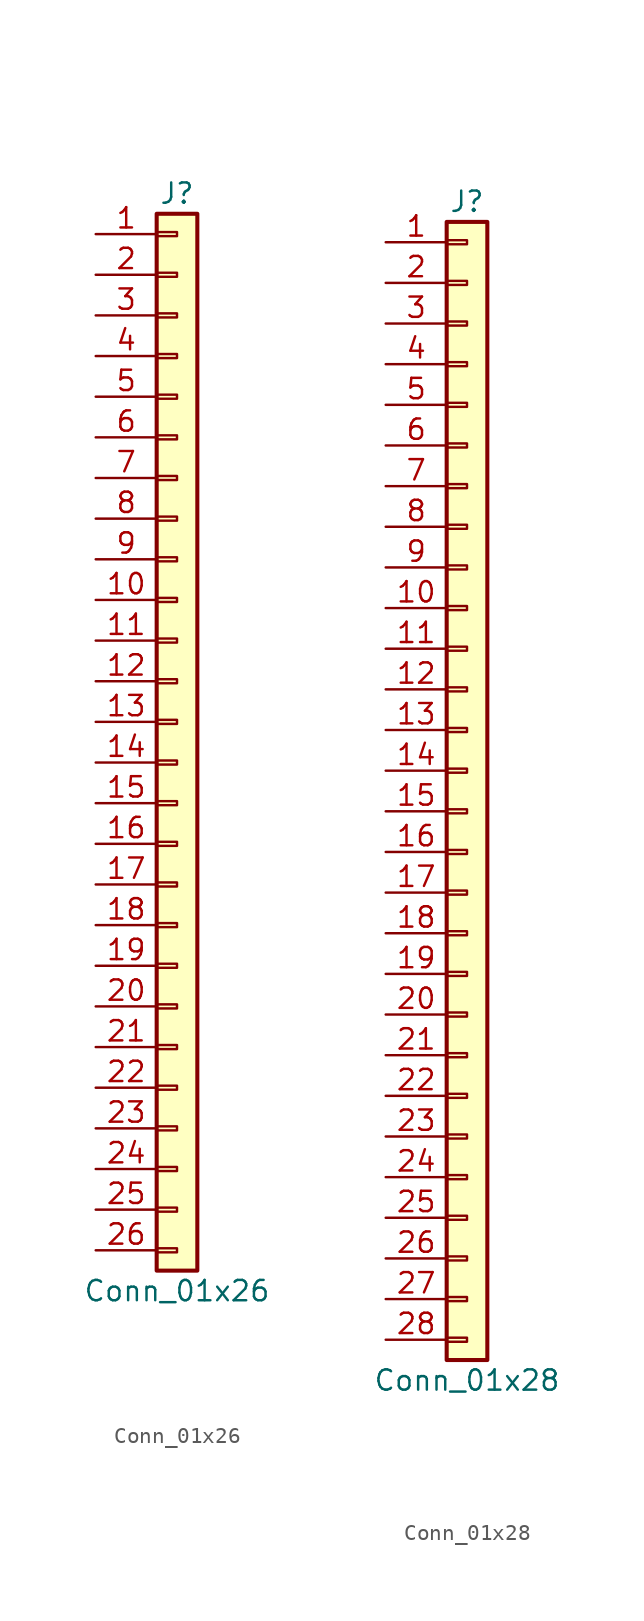
<source format=kicad_sym>
(kicad_symbol_lib
  (version 20220914)
  (generator kicad_symbol_editor)
  (symbol "Conn_01x26"
    (pin_names
      (offset 1.016) hide)
    (property "Reference" "J"
      (at 0 33.02 0)
      (effects (font (size 1.27 1.27))))
    (property "Value" "Conn_01x26"
      (at 0 -35.56 0)
      (effects (font (size 1.27 1.27))))
    (symbol "Conn_01x26_1_1"
      (rectangle (start -1.27 -32.893) (end 0 -33.147) (stroke (width 0.152) (type default)) (fill (type none)))
      (rectangle (start -1.27 -30.353) (end 0 -30.607) (stroke (width 0.152) (type default)) (fill (type none)))
      (rectangle (start -1.27 -27.813) (end 0 -28.067) (stroke (width 0.152) (type default)) (fill (type none)))
      (rectangle (start -1.27 -25.273) (end 0 -25.527) (stroke (width 0.152) (type default)) (fill (type none)))
      (rectangle (start -1.27 -22.733) (end 0 -22.987) (stroke (width 0.152) (type default)) (fill (type none)))
      (rectangle (start -1.27 -20.193) (end 0 -20.447) (stroke (width 0.152) (type default)) (fill (type none)))
      (rectangle (start -1.27 -17.653) (end 0 -17.907) (stroke (width 0.152) (type default)) (fill (type none)))
      (rectangle (start -1.27 -15.113) (end 0 -15.367) (stroke (width 0.152) (type default)) (fill (type none)))
      (rectangle (start -1.27 -12.573) (end 0 -12.827) (stroke (width 0.152) (type default)) (fill (type none)))
      (rectangle (start -1.27 -10.033) (end 0 -10.287) (stroke (width 0.152) (type default)) (fill (type none)))
      (rectangle (start -1.27 -7.493) (end 0 -7.747) (stroke (width 0.152) (type default)) (fill (type none)))
      (rectangle (start -1.27 -4.953) (end 0 -5.207) (stroke (width 0.152) (type default)) (fill (type none)))
      (rectangle (start -1.27 -2.413) (end 0 -2.667) (stroke (width 0.152) (type default)) (fill (type none)))
      (rectangle (start -1.27 0.127) (end 0 -0.127) (stroke (width 0.152) (type default)) (fill (type none)))
      (rectangle (start -1.27 2.667) (end 0 2.413) (stroke (width 0.152) (type default)) (fill (type none)))
      (rectangle (start -1.27 5.207) (end 0 4.953) (stroke (width 0.152) (type default)) (fill (type none)))
      (rectangle (start -1.27 7.747) (end 0 7.493) (stroke (width 0.152) (type default)) (fill (type none)))
      (rectangle (start -1.27 10.287) (end 0 10.033) (stroke (width 0.152) (type default)) (fill (type none)))
      (rectangle (start -1.27 12.827) (end 0 12.573) (stroke (width 0.152) (type default)) (fill (type none)))
      (rectangle (start -1.27 15.367) (end 0 15.113) (stroke (width 0.152) (type default)) (fill (type none)))
      (rectangle (start -1.27 17.907) (end 0 17.653) (stroke (width 0.152) (type default)) (fill (type none)))
      (rectangle (start -1.27 20.447) (end 0 20.193) (stroke (width 0.152) (type default)) (fill (type none)))
      (rectangle (start -1.27 22.987) (end 0 22.733) (stroke (width 0.152) (type default)) (fill (type none)))
      (rectangle (start -1.27 25.527) (end 0 25.273) (stroke (width 0.152) (type default)) (fill (type none)))
      (rectangle (start -1.27 28.067) (end 0 27.813) (stroke (width 0.152) (type default)) (fill (type none)))
      (rectangle (start -1.27 30.607) (end 0 30.353) (stroke (width 0.152) (type default)) (fill (type none)))
      (rectangle (start -1.27 31.75) (end 1.27 -34.29) (stroke (width 0.254) (type default)) (fill (type background)))
      (pin passive line (at -5.08 30.48 0) (length 3.81) (name "Pin_1" (effects (font (size 1.27 1.27)))) (number "1" (effects (font (size 1.27 1.27)))))
      (pin passive line (at -5.08 7.62 0) (length 3.81) (name "Pin_10" (effects (font (size 1.27 1.27)))) (number "10" (effects (font (size 1.27 1.27)))))
      (pin passive line (at -5.08 5.08 0) (length 3.81) (name "Pin_11" (effects (font (size 1.27 1.27)))) (number "11" (effects (font (size 1.27 1.27)))))
      (pin passive line (at -5.08 2.54 0) (length 3.81) (name "Pin_12" (effects (font (size 1.27 1.27)))) (number "12" (effects (font (size 1.27 1.27)))))
      (pin passive line (at -5.08 0 0) (length 3.81) (name "Pin_13" (effects (font (size 1.27 1.27)))) (number "13" (effects (font (size 1.27 1.27)))))
      (pin passive line (at -5.08 -2.54 0) (length 3.81) (name "Pin_14" (effects (font (size 1.27 1.27)))) (number "14" (effects (font (size 1.27 1.27)))))
      (pin passive line (at -5.08 -5.08 0) (length 3.81) (name "Pin_15" (effects (font (size 1.27 1.27)))) (number "15" (effects (font (size 1.27 1.27)))))
      (pin passive line (at -5.08 -7.62 0) (length 3.81) (name "Pin_16" (effects (font (size 1.27 1.27)))) (number "16" (effects (font (size 1.27 1.27)))))
      (pin passive line (at -5.08 -10.16 0) (length 3.81) (name "Pin_17" (effects (font (size 1.27 1.27)))) (number "17" (effects (font (size 1.27 1.27)))))
      (pin passive line (at -5.08 -12.7 0) (length 3.81) (name "Pin_18" (effects (font (size 1.27 1.27)))) (number "18" (effects (font (size 1.27 1.27)))))
      (pin passive line (at -5.08 -15.24 0) (length 3.81) (name "Pin_19" (effects (font (size 1.27 1.27)))) (number "19" (effects (font (size 1.27 1.27)))))
      (pin passive line (at -5.08 27.94 0) (length 3.81) (name "Pin_2" (effects (font (size 1.27 1.27)))) (number "2" (effects (font (size 1.27 1.27)))))
      (pin passive line (at -5.08 -17.78 0) (length 3.81) (name "Pin_20" (effects (font (size 1.27 1.27)))) (number "20" (effects (font (size 1.27 1.27)))))
      (pin passive line (at -5.08 -20.32 0) (length 3.81) (name "Pin_21" (effects (font (size 1.27 1.27)))) (number "21" (effects (font (size 1.27 1.27)))))
      (pin passive line (at -5.08 -22.86 0) (length 3.81) (name "Pin_22" (effects (font (size 1.27 1.27)))) (number "22" (effects (font (size 1.27 1.27)))))
      (pin passive line (at -5.08 -25.4 0) (length 3.81) (name "Pin_23" (effects (font (size 1.27 1.27)))) (number "23" (effects (font (size 1.27 1.27)))))
      (pin passive line (at -5.08 -27.94 0) (length 3.81) (name "Pin_24" (effects (font (size 1.27 1.27)))) (number "24" (effects (font (size 1.27 1.27)))))
      (pin passive line (at -5.08 -30.48 0) (length 3.81) (name "Pin_25" (effects (font (size 1.27 1.27)))) (number "25" (effects (font (size 1.27 1.27)))))
      (pin passive line (at -5.08 -33.02 0) (length 3.81) (name "Pin_26" (effects (font (size 1.27 1.27)))) (number "26" (effects (font (size 1.27 1.27)))))
      (pin passive line (at -5.08 25.4 0) (length 3.81) (name "Pin_3" (effects (font (size 1.27 1.27)))) (number "3" (effects (font (size 1.27 1.27)))))
      (pin passive line (at -5.08 22.86 0) (length 3.81) (name "Pin_4" (effects (font (size 1.27 1.27)))) (number "4" (effects (font (size 1.27 1.27)))))
      (pin passive line (at -5.08 20.32 0) (length 3.81) (name "Pin_5" (effects (font (size 1.27 1.27)))) (number "5" (effects (font (size 1.27 1.27)))))
      (pin passive line (at -5.08 17.78 0) (length 3.81) (name "Pin_6" (effects (font (size 1.27 1.27)))) (number "6" (effects (font (size 1.27 1.27)))))
      (pin passive line (at -5.08 15.24 0) (length 3.81) (name "Pin_7" (effects (font (size 1.27 1.27)))) (number "7" (effects (font (size 1.27 1.27)))))
      (pin passive line (at -5.08 12.7 0) (length 3.81) (name "Pin_8" (effects (font (size 1.27 1.27)))) (number "8" (effects (font (size 1.27 1.27)))))
      (pin passive line (at -5.08 10.16 0) (length 3.81) (name "Pin_9" (effects (font (size 1.27 1.27)))) (number "9" (effects (font (size 1.27 1.27)))))))
  (symbol "Conn_01x28"
    (pin_names
      (offset 1.016) hide)
    (property "Reference" "J"
      (at 0 35.56 0)
      (effects (font (size 1.27 1.27))))
    (property "Value" "Conn_01x28"
      (at 0 -38.1 0)
      (effects (font (size 1.27 1.27))))
    (symbol "Conn_01x28_1_1"
      (rectangle (start -1.27 -35.433) (end 0 -35.687) (stroke (width 0.152) (type default)) (fill (type none)))
      (rectangle (start -1.27 -32.893) (end 0 -33.147) (stroke (width 0.152) (type default)) (fill (type none)))
      (rectangle (start -1.27 -30.353) (end 0 -30.607) (stroke (width 0.152) (type default)) (fill (type none)))
      (rectangle (start -1.27 -27.813) (end 0 -28.067) (stroke (width 0.152) (type default)) (fill (type none)))
      (rectangle (start -1.27 -25.273) (end 0 -25.527) (stroke (width 0.152) (type default)) (fill (type none)))
      (rectangle (start -1.27 -22.733) (end 0 -22.987) (stroke (width 0.152) (type default)) (fill (type none)))
      (rectangle (start -1.27 -20.193) (end 0 -20.447) (stroke (width 0.152) (type default)) (fill (type none)))
      (rectangle (start -1.27 -17.653) (end 0 -17.907) (stroke (width 0.152) (type default)) (fill (type none)))
      (rectangle (start -1.27 -15.113) (end 0 -15.367) (stroke (width 0.152) (type default)) (fill (type none)))
      (rectangle (start -1.27 -12.573) (end 0 -12.827) (stroke (width 0.152) (type default)) (fill (type none)))
      (rectangle (start -1.27 -10.033) (end 0 -10.287) (stroke (width 0.152) (type default)) (fill (type none)))
      (rectangle (start -1.27 -7.493) (end 0 -7.747) (stroke (width 0.152) (type default)) (fill (type none)))
      (rectangle (start -1.27 -4.953) (end 0 -5.207) (stroke (width 0.152) (type default)) (fill (type none)))
      (rectangle (start -1.27 -2.413) (end 0 -2.667) (stroke (width 0.152) (type default)) (fill (type none)))
      (rectangle (start -1.27 0.127) (end 0 -0.127) (stroke (width 0.152) (type default)) (fill (type none)))
      (rectangle (start -1.27 2.667) (end 0 2.413) (stroke (width 0.152) (type default)) (fill (type none)))
      (rectangle (start -1.27 5.207) (end 0 4.953) (stroke (width 0.152) (type default)) (fill (type none)))
      (rectangle (start -1.27 7.747) (end 0 7.493) (stroke (width 0.152) (type default)) (fill (type none)))
      (rectangle (start -1.27 10.287) (end 0 10.033) (stroke (width 0.152) (type default)) (fill (type none)))
      (rectangle (start -1.27 12.827) (end 0 12.573) (stroke (width 0.152) (type default)) (fill (type none)))
      (rectangle (start -1.27 15.367) (end 0 15.113) (stroke (width 0.152) (type default)) (fill (type none)))
      (rectangle (start -1.27 17.907) (end 0 17.653) (stroke (width 0.152) (type default)) (fill (type none)))
      (rectangle (start -1.27 20.447) (end 0 20.193) (stroke (width 0.152) (type default)) (fill (type none)))
      (rectangle (start -1.27 22.987) (end 0 22.733) (stroke (width 0.152) (type default)) (fill (type none)))
      (rectangle (start -1.27 25.527) (end 0 25.273) (stroke (width 0.152) (type default)) (fill (type none)))
      (rectangle (start -1.27 28.067) (end 0 27.813) (stroke (width 0.152) (type default)) (fill (type none)))
      (rectangle (start -1.27 30.607) (end 0 30.353) (stroke (width 0.152) (type default)) (fill (type none)))
      (rectangle (start -1.27 33.147) (end 0 32.893) (stroke (width 0.152) (type default)) (fill (type none)))
      (rectangle (start -1.27 34.29) (end 1.27 -36.83) (stroke (width 0.254) (type default)) (fill (type background)))
      (pin passive line (at -5.08 33.02 0) (length 3.81) (name "Pin_1" (effects (font (size 1.27 1.27)))) (number "1" (effects (font (size 1.27 1.27)))))
      (pin passive line (at -5.08 10.16 0) (length 3.81) (name "Pin_10" (effects (font (size 1.27 1.27)))) (number "10" (effects (font (size 1.27 1.27)))))
      (pin passive line (at -5.08 7.62 0) (length 3.81) (name "Pin_11" (effects (font (size 1.27 1.27)))) (number "11" (effects (font (size 1.27 1.27)))))
      (pin passive line (at -5.08 5.08 0) (length 3.81) (name "Pin_12" (effects (font (size 1.27 1.27)))) (number "12" (effects (font (size 1.27 1.27)))))
      (pin passive line (at -5.08 2.54 0) (length 3.81) (name "Pin_13" (effects (font (size 1.27 1.27)))) (number "13" (effects (font (size 1.27 1.27)))))
      (pin passive line (at -5.08 0 0) (length 3.81) (name "Pin_14" (effects (font (size 1.27 1.27)))) (number "14" (effects (font (size 1.27 1.27)))))
      (pin passive line (at -5.08 -2.54 0) (length 3.81) (name "Pin_15" (effects (font (size 1.27 1.27)))) (number "15" (effects (font (size 1.27 1.27)))))
      (pin passive line (at -5.08 -5.08 0) (length 3.81) (name "Pin_16" (effects (font (size 1.27 1.27)))) (number "16" (effects (font (size 1.27 1.27)))))
      (pin passive line (at -5.08 -7.62 0) (length 3.81) (name "Pin_17" (effects (font (size 1.27 1.27)))) (number "17" (effects (font (size 1.27 1.27)))))
      (pin passive line (at -5.08 -10.16 0) (length 3.81) (name "Pin_18" (effects (font (size 1.27 1.27)))) (number "18" (effects (font (size 1.27 1.27)))))
      (pin passive line (at -5.08 -12.7 0) (length 3.81) (name "Pin_19" (effects (font (size 1.27 1.27)))) (number "19" (effects (font (size 1.27 1.27)))))
      (pin passive line (at -5.08 30.48 0) (length 3.81) (name "Pin_2" (effects (font (size 1.27 1.27)))) (number "2" (effects (font (size 1.27 1.27)))))
      (pin passive line (at -5.08 -15.24 0) (length 3.81) (name "Pin_20" (effects (font (size 1.27 1.27)))) (number "20" (effects (font (size 1.27 1.27)))))
      (pin passive line (at -5.08 -17.78 0) (length 3.81) (name "Pin_21" (effects (font (size 1.27 1.27)))) (number "21" (effects (font (size 1.27 1.27)))))
      (pin passive line (at -5.08 -20.32 0) (length 3.81) (name "Pin_22" (effects (font (size 1.27 1.27)))) (number "22" (effects (font (size 1.27 1.27)))))
      (pin passive line (at -5.08 -22.86 0) (length 3.81) (name "Pin_23" (effects (font (size 1.27 1.27)))) (number "23" (effects (font (size 1.27 1.27)))))
      (pin passive line (at -5.08 -25.4 0) (length 3.81) (name "Pin_24" (effects (font (size 1.27 1.27)))) (number "24" (effects (font (size 1.27 1.27)))))
      (pin passive line (at -5.08 -27.94 0) (length 3.81) (name "Pin_25" (effects (font (size 1.27 1.27)))) (number "25" (effects (font (size 1.27 1.27)))))
      (pin passive line (at -5.08 -30.48 0) (length 3.81) (name "Pin_26" (effects (font (size 1.27 1.27)))) (number "26" (effects (font (size 1.27 1.27)))))
      (pin passive line (at -5.08 -33.02 0) (length 3.81) (name "Pin_27" (effects (font (size 1.27 1.27)))) (number "27" (effects (font (size 1.27 1.27)))))
      (pin passive line (at -5.08 -35.56 0) (length 3.81) (name "Pin_28" (effects (font (size 1.27 1.27)))) (number "28" (effects (font (size 1.27 1.27)))))
      (pin passive line (at -5.08 27.94 0) (length 3.81) (name "Pin_3" (effects (font (size 1.27 1.27)))) (number "3" (effects (font (size 1.27 1.27)))))
      (pin passive line (at -5.08 25.4 0) (length 3.81) (name "Pin_4" (effects (font (size 1.27 1.27)))) (number "4" (effects (font (size 1.27 1.27)))))
      (pin passive line (at -5.08 22.86 0) (length 3.81) (name "Pin_5" (effects (font (size 1.27 1.27)))) (number "5" (effects (font (size 1.27 1.27)))))
      (pin passive line (at -5.08 20.32 0) (length 3.81) (name "Pin_6" (effects (font (size 1.27 1.27)))) (number "6" (effects (font (size 1.27 1.27)))))
      (pin passive line (at -5.08 17.78 0) (length 3.81) (name "Pin_7" (effects (font (size 1.27 1.27)))) (number "7" (effects (font (size 1.27 1.27)))))
      (pin passive line (at -5.08 15.24 0) (length 3.81) (name "Pin_8" (effects (font (size 1.27 1.27)))) (number "8" (effects (font (size 1.27 1.27)))))
      (pin passive line (at -5.08 12.7 0) (length 3.81) (name "Pin_9" (effects (font (size 1.27 1.27)))) (number "9" (effects (font (size 1.27 1.27))))))))
</source>
